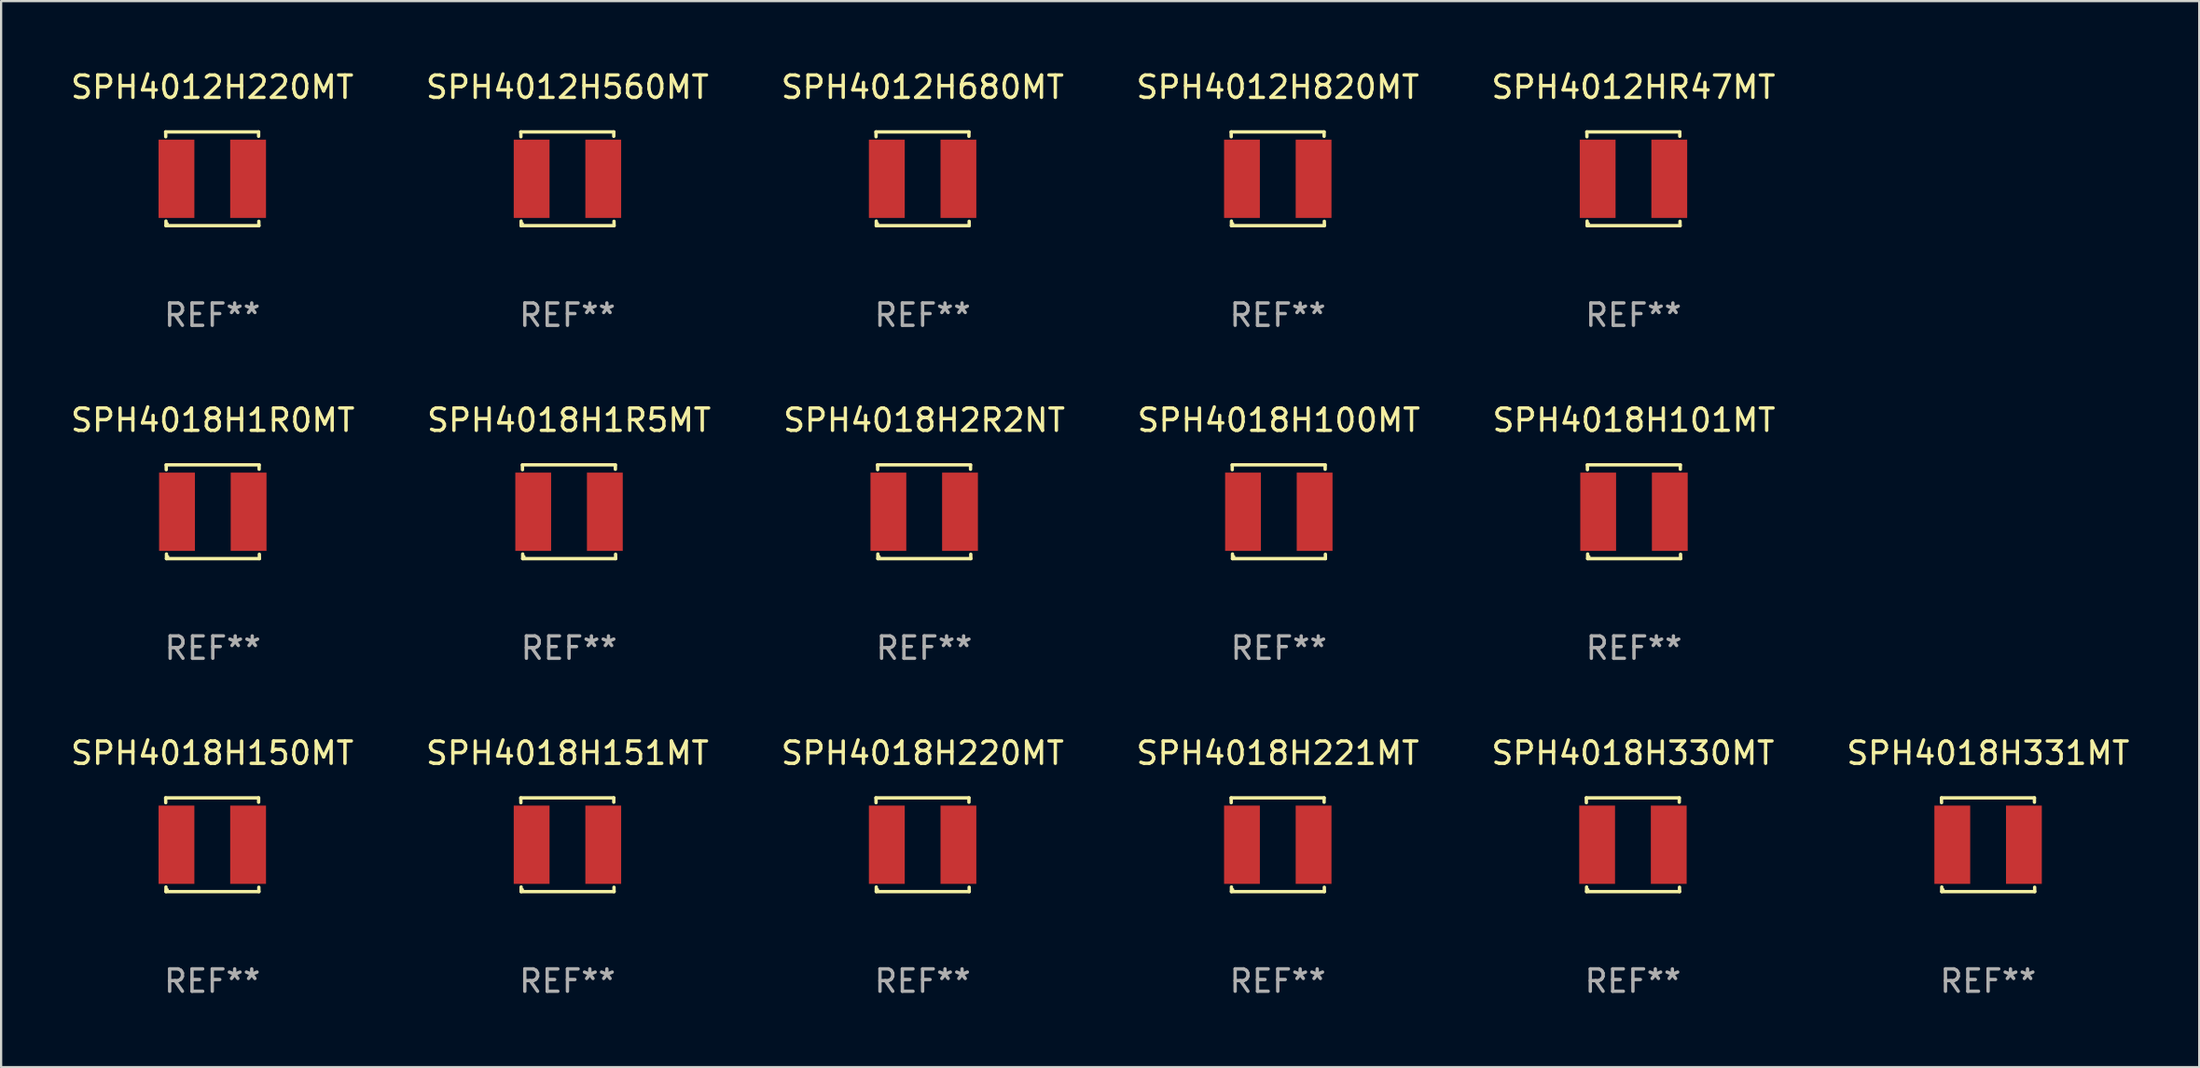
<source format=kicad_pcb>
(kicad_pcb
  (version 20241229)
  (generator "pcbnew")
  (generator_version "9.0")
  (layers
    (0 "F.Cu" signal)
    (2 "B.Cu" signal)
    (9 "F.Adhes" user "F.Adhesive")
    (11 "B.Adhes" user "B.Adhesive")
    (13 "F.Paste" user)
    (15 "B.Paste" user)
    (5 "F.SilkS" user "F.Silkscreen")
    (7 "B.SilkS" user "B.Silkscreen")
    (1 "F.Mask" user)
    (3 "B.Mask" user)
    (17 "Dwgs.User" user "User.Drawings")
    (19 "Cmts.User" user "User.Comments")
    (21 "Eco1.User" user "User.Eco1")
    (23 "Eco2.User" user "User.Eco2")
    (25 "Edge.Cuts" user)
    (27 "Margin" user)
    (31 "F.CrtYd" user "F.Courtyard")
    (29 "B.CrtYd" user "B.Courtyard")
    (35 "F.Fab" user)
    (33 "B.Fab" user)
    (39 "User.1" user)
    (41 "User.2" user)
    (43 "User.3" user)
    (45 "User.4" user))
  (footprint "SPH4012H820MT"
    (layer "F.Cu")
    (at 54.042 4.944)
    (property "Reference" "SPH4012H820MT" (at 0 -4.096 0) (layer "F.SilkS") (effects (font (size 1 1) (thickness 0.15))))
    (attr through_hole)
    (fp_line (start -2.083 -2.096) (end -2.08 -1.88) (stroke (width 0.15) (type solid)) (layer "F.SilkS"))
    (fp_line (start -2.07 1.89) (end -2.07 2.096) (stroke (width 0.15) (type solid)) (layer "F.SilkS"))
    (fp_line (start -2.07 2.096) (end 2.083 2.096) (stroke (width 0.15) (type solid)) (layer "F.SilkS"))
    (fp_line (start 2.07 -1.9) (end 2.07 -2.096) (stroke (width 0.15) (type solid)) (layer "F.SilkS"))
    (fp_line (start 2.07 -2.096) (end -2.083 -2.096) (stroke (width 0.15) (type solid)) (layer "F.SilkS"))
    (fp_line (start 2.083 2.096) (end 2.08 1.9) (stroke (width 0.15) (type solid)) (layer "F.SilkS"))
    (fp_circle (center -2 2) (end -1.97 2) (stroke (width 0.06) (type solid)) (fill no) (layer "F.SilkS"))
    (fp_text user "REF**" (at 0 6.096 0) (layer "F.Fab") (effects (font (size 1 1) (thickness 0.15))))
    (pad "1" smd rect (at -1.6 -0.000343) (size 1.6 3.5) (layers "F.Cu" "F.Mask" "F.Paste"))
    (pad "2" smd rect (at 1.6 -0.000343) (size 1.6 3.5) (layers "F.Cu" "F.Mask" "F.Paste")))
  (footprint "SPH4012HR47MT"
    (layer "F.Cu")
    (at 69.935 4.944)
    (property "Reference" "SPH4012HR47MT" (at 0 -4.096 0) (layer "F.SilkS") (effects (font (size 1 1) (thickness 0.15))))
    (attr through_hole)
    (fp_line (start -2.083 -2.096) (end -2.08 -1.88) (stroke (width 0.15) (type solid)) (layer "F.SilkS"))
    (fp_line (start -2.07 1.89) (end -2.07 2.096) (stroke (width 0.15) (type solid)) (layer "F.SilkS"))
    (fp_line (start -2.07 2.096) (end 2.083 2.096) (stroke (width 0.15) (type solid)) (layer "F.SilkS"))
    (fp_line (start 2.07 -1.9) (end 2.07 -2.096) (stroke (width 0.15) (type solid)) (layer "F.SilkS"))
    (fp_line (start 2.07 -2.096) (end -2.083 -2.096) (stroke (width 0.15) (type solid)) (layer "F.SilkS"))
    (fp_line (start 2.083 2.096) (end 2.08 1.9) (stroke (width 0.15) (type solid)) (layer "F.SilkS"))
    (fp_circle (center -2 2) (end -1.97 2) (stroke (width 0.06) (type solid)) (fill no) (layer "F.SilkS"))
    (fp_text user "REF**" (at 0 6.096 0) (layer "F.Fab") (effects (font (size 1 1) (thickness 0.15))))
    (pad "1" smd rect (at -1.6 -0.000343) (size 1.6 3.5) (layers "F.Cu" "F.Mask" "F.Paste"))
    (pad "2" smd rect (at 1.6 -0.000343) (size 1.6 3.5) (layers "F.Cu" "F.Mask" "F.Paste")))
  (footprint "SPH4018H331MT"
    (layer "F.Cu")
    (at 85.78 34.72)
    (property "Reference" "SPH4018H331MT" (at 0 -4.096 0) (layer "F.SilkS") (effects (font (size 1 1) (thickness 0.15))))
    (attr through_hole)
    (fp_line (start -2.083 -2.096) (end -2.08 -1.88) (stroke (width 0.15) (type solid)) (layer "F.SilkS"))
    (fp_line (start -2.07 1.89) (end -2.07 2.096) (stroke (width 0.15) (type solid)) (layer "F.SilkS"))
    (fp_line (start -2.07 2.096) (end 2.083 2.096) (stroke (width 0.15) (type solid)) (layer "F.SilkS"))
    (fp_line (start 2.07 -1.9) (end 2.07 -2.096) (stroke (width 0.15) (type solid)) (layer "F.SilkS"))
    (fp_line (start 2.07 -2.096) (end -2.083 -2.096) (stroke (width 0.15) (type solid)) (layer "F.SilkS"))
    (fp_line (start 2.083 2.096) (end 2.08 1.9) (stroke (width 0.15) (type solid)) (layer "F.SilkS"))
    (fp_circle (center -2 2) (end -1.97 2) (stroke (width 0.06) (type solid)) (fill no) (layer "F.SilkS"))
    (fp_text user "REF**" (at 0 6.096 0) (layer "F.Fab") (effects (font (size 1 1) (thickness 0.15))))
    (pad "1" smd rect (at -1.6 -0.000343) (size 1.6 3.5) (layers "F.Cu" "F.Mask" "F.Paste"))
    (pad "2" smd rect (at 1.6 -0.000343) (size 1.6 3.5) (layers "F.Cu" "F.Mask" "F.Paste")))
  (footprint "SPH4012H220MT"
    (layer "F.Cu")
    (at 6.435 4.944)
    (property "Reference" "SPH4012H220MT" (at 0 -4.096 0) (layer "F.SilkS") (effects (font (size 1 1) (thickness 0.15))))
    (attr through_hole)
    (fp_line (start -2.083 -2.096) (end -2.08 -1.88) (stroke (width 0.15) (type solid)) (layer "F.SilkS"))
    (fp_line (start -2.07 1.89) (end -2.07 2.096) (stroke (width 0.15) (type solid)) (layer "F.SilkS"))
    (fp_line (start -2.07 2.096) (end 2.083 2.096) (stroke (width 0.15) (type solid)) (layer "F.SilkS"))
    (fp_line (start 2.07 -1.9) (end 2.07 -2.096) (stroke (width 0.15) (type solid)) (layer "F.SilkS"))
    (fp_line (start 2.07 -2.096) (end -2.083 -2.096) (stroke (width 0.15) (type solid)) (layer "F.SilkS"))
    (fp_line (start 2.083 2.096) (end 2.08 1.9) (stroke (width 0.15) (type solid)) (layer "F.SilkS"))
    (fp_circle (center -2 2) (end -1.97 2) (stroke (width 0.06) (type solid)) (fill no) (layer "F.SilkS"))
    (fp_text user "REF**" (at 0 6.096 0) (layer "F.Fab") (effects (font (size 1 1) (thickness 0.15))))
    (pad "1" smd rect (at -1.6 -0.000343) (size 1.6 3.5) (layers "F.Cu" "F.Mask" "F.Paste"))
    (pad "2" smd rect (at 1.6 -0.000343) (size 1.6 3.5) (layers "F.Cu" "F.Mask" "F.Paste")))
  (footprint "SPH4018H151MT"
    (layer "F.Cu")
    (at 22.304 34.72)
    (property "Reference" "SPH4018H151MT" (at 0 -4.096 0) (layer "F.SilkS") (effects (font (size 1 1) (thickness 0.15))))
    (attr through_hole)
    (fp_line (start -2.083 -2.096) (end -2.08 -1.88) (stroke (width 0.15) (type solid)) (layer "F.SilkS"))
    (fp_line (start -2.07 1.89) (end -2.07 2.096) (stroke (width 0.15) (type solid)) (layer "F.SilkS"))
    (fp_line (start -2.07 2.096) (end 2.083 2.096) (stroke (width 0.15) (type solid)) (layer "F.SilkS"))
    (fp_line (start 2.07 -1.9) (end 2.07 -2.096) (stroke (width 0.15) (type solid)) (layer "F.SilkS"))
    (fp_line (start 2.07 -2.096) (end -2.083 -2.096) (stroke (width 0.15) (type solid)) (layer "F.SilkS"))
    (fp_line (start 2.083 2.096) (end 2.08 1.9) (stroke (width 0.15) (type solid)) (layer "F.SilkS"))
    (fp_circle (center -2 2) (end -1.97 2) (stroke (width 0.06) (type solid)) (fill no) (layer "F.SilkS"))
    (fp_text user "REF**" (at 0 6.096 0) (layer "F.Fab") (effects (font (size 1 1) (thickness 0.15))))
    (pad "1" smd rect (at -1.6 -0.000343) (size 1.6 3.5) (layers "F.Cu" "F.Mask" "F.Paste"))
    (pad "2" smd rect (at 1.6 -0.000343) (size 1.6 3.5) (layers "F.Cu" "F.Mask" "F.Paste")))
  (footprint "SPH4012H560MT"
    (layer "F.Cu")
    (at 22.304 4.944)
    (property "Reference" "SPH4012H560MT" (at 0 -4.096 0) (layer "F.SilkS") (effects (font (size 1 1) (thickness 0.15))))
    (attr through_hole)
    (fp_line (start -2.083 -2.096) (end -2.08 -1.88) (stroke (width 0.15) (type solid)) (layer "F.SilkS"))
    (fp_line (start -2.07 1.89) (end -2.07 2.096) (stroke (width 0.15) (type solid)) (layer "F.SilkS"))
    (fp_line (start -2.07 2.096) (end 2.083 2.096) (stroke (width 0.15) (type solid)) (layer "F.SilkS"))
    (fp_line (start 2.07 -1.9) (end 2.07 -2.096) (stroke (width 0.15) (type solid)) (layer "F.SilkS"))
    (fp_line (start 2.07 -2.096) (end -2.083 -2.096) (stroke (width 0.15) (type solid)) (layer "F.SilkS"))
    (fp_line (start 2.083 2.096) (end 2.08 1.9) (stroke (width 0.15) (type solid)) (layer "F.SilkS"))
    (fp_circle (center -2 2) (end -1.97 2) (stroke (width 0.06) (type solid)) (fill no) (layer "F.SilkS"))
    (fp_text user "REF**" (at 0 6.096 0) (layer "F.Fab") (effects (font (size 1 1) (thickness 0.15))))
    (pad "1" smd rect (at -1.6 -0.000343) (size 1.6 3.5) (layers "F.Cu" "F.Mask" "F.Paste"))
    (pad "2" smd rect (at 1.6 -0.000343) (size 1.6 3.5) (layers "F.Cu" "F.Mask" "F.Paste")))
  (footprint "SPH4018H2R2NT"
    (layer "F.Cu")
    (at 38.244 19.832)
    (property "Reference" "SPH4018H2R2NT" (at 0 -4.096 0) (layer "F.SilkS") (effects (font (size 1 1) (thickness 0.15))))
    (attr through_hole)
    (fp_line (start -2.083 -2.096) (end -2.08 -1.88) (stroke (width 0.15) (type solid)) (layer "F.SilkS"))
    (fp_line (start -2.07 1.89) (end -2.07 2.096) (stroke (width 0.15) (type solid)) (layer "F.SilkS"))
    (fp_line (start -2.07 2.096) (end 2.083 2.096) (stroke (width 0.15) (type solid)) (layer "F.SilkS"))
    (fp_line (start 2.07 -1.9) (end 2.07 -2.096) (stroke (width 0.15) (type solid)) (layer "F.SilkS"))
    (fp_line (start 2.07 -2.096) (end -2.083 -2.096) (stroke (width 0.15) (type solid)) (layer "F.SilkS"))
    (fp_line (start 2.083 2.096) (end 2.08 1.9) (stroke (width 0.15) (type solid)) (layer "F.SilkS"))
    (fp_circle (center -2 2) (end -1.97 2) (stroke (width 0.06) (type solid)) (fill no) (layer "F.SilkS"))
    (fp_text user "REF**" (at 0 6.096 0) (layer "F.Fab") (effects (font (size 1 1) (thickness 0.15))))
    (pad "1" smd rect (at -1.6 -0.000343) (size 1.6 3.5) (layers "F.Cu" "F.Mask" "F.Paste"))
    (pad "2" smd rect (at 1.6 -0.000343) (size 1.6 3.5) (layers "F.Cu" "F.Mask" "F.Paste")))
  (footprint "SPH4018H330MT"
    (layer "F.Cu")
    (at 69.911 34.72)
    (property "Reference" "SPH4018H330MT" (at 0 -4.096 0) (layer "F.SilkS") (effects (font (size 1 1) (thickness 0.15))))
    (attr through_hole)
    (fp_line (start -2.083 -2.096) (end -2.08 -1.88) (stroke (width 0.15) (type solid)) (layer "F.SilkS"))
    (fp_line (start -2.07 1.89) (end -2.07 2.096) (stroke (width 0.15) (type solid)) (layer "F.SilkS"))
    (fp_line (start -2.07 2.096) (end 2.083 2.096) (stroke (width 0.15) (type solid)) (layer "F.SilkS"))
    (fp_line (start 2.07 -1.9) (end 2.07 -2.096) (stroke (width 0.15) (type solid)) (layer "F.SilkS"))
    (fp_line (start 2.07 -2.096) (end -2.083 -2.096) (stroke (width 0.15) (type solid)) (layer "F.SilkS"))
    (fp_line (start 2.083 2.096) (end 2.08 1.9) (stroke (width 0.15) (type solid)) (layer "F.SilkS"))
    (fp_circle (center -2 2) (end -1.97 2) (stroke (width 0.06) (type solid)) (fill no) (layer "F.SilkS"))
    (fp_text user "REF**" (at 0 6.096 0) (layer "F.Fab") (effects (font (size 1 1) (thickness 0.15))))
    (pad "1" smd rect (at -1.6 -0.000343) (size 1.6 3.5) (layers "F.Cu" "F.Mask" "F.Paste"))
    (pad "2" smd rect (at 1.6 -0.000343) (size 1.6 3.5) (layers "F.Cu" "F.Mask" "F.Paste")))
  (footprint "SPH4018H100MT"
    (layer "F.Cu")
    (at 54.089 19.832)
    (property "Reference" "SPH4018H100MT" (at 0 -4.096 0) (layer "F.SilkS") (effects (font (size 1 1) (thickness 0.15))))
    (attr through_hole)
    (fp_line (start -2.083 -2.096) (end -2.08 -1.88) (stroke (width 0.15) (type solid)) (layer "F.SilkS"))
    (fp_line (start -2.07 1.89) (end -2.07 2.096) (stroke (width 0.15) (type solid)) (layer "F.SilkS"))
    (fp_line (start -2.07 2.096) (end 2.083 2.096) (stroke (width 0.15) (type solid)) (layer "F.SilkS"))
    (fp_line (start 2.07 -1.9) (end 2.07 -2.096) (stroke (width 0.15) (type solid)) (layer "F.SilkS"))
    (fp_line (start 2.07 -2.096) (end -2.083 -2.096) (stroke (width 0.15) (type solid)) (layer "F.SilkS"))
    (fp_line (start 2.083 2.096) (end 2.08 1.9) (stroke (width 0.15) (type solid)) (layer "F.SilkS"))
    (fp_circle (center -2 2) (end -1.97 2) (stroke (width 0.06) (type solid)) (fill no) (layer "F.SilkS"))
    (fp_text user "REF**" (at 0 6.096 0) (layer "F.Fab") (effects (font (size 1 1) (thickness 0.15))))
    (pad "1" smd rect (at -1.6 -0.000343) (size 1.6 3.5) (layers "F.Cu" "F.Mask" "F.Paste"))
    (pad "2" smd rect (at 1.6 -0.000343) (size 1.6 3.5) (layers "F.Cu" "F.Mask" "F.Paste")))
  (footprint "SPH4018H221MT"
    (layer "F.Cu")
    (at 54.042 34.72)
    (property "Reference" "SPH4018H221MT" (at 0 -4.096 0) (layer "F.SilkS") (effects (font (size 1 1) (thickness 0.15))))
    (attr through_hole)
    (fp_line (start -2.083 -2.096) (end -2.08 -1.88) (stroke (width 0.15) (type solid)) (layer "F.SilkS"))
    (fp_line (start -2.07 1.89) (end -2.07 2.096) (stroke (width 0.15) (type solid)) (layer "F.SilkS"))
    (fp_line (start -2.07 2.096) (end 2.083 2.096) (stroke (width 0.15) (type solid)) (layer "F.SilkS"))
    (fp_line (start 2.07 -1.9) (end 2.07 -2.096) (stroke (width 0.15) (type solid)) (layer "F.SilkS"))
    (fp_line (start 2.07 -2.096) (end -2.083 -2.096) (stroke (width 0.15) (type solid)) (layer "F.SilkS"))
    (fp_line (start 2.083 2.096) (end 2.08 1.9) (stroke (width 0.15) (type solid)) (layer "F.SilkS"))
    (fp_circle (center -2 2) (end -1.97 2) (stroke (width 0.06) (type solid)) (fill no) (layer "F.SilkS"))
    (fp_text user "REF**" (at 0 6.096 0) (layer "F.Fab") (effects (font (size 1 1) (thickness 0.15))))
    (pad "1" smd rect (at -1.6 -0.000343) (size 1.6 3.5) (layers "F.Cu" "F.Mask" "F.Paste"))
    (pad "2" smd rect (at 1.6 -0.000343) (size 1.6 3.5) (layers "F.Cu" "F.Mask" "F.Paste")))
  (footprint "SPH4012H680MT"
    (layer "F.Cu")
    (at 38.173 4.944)
    (property "Reference" "SPH4012H680MT" (at 0 -4.096 0) (layer "F.SilkS") (effects (font (size 1 1) (thickness 0.15))))
    (attr through_hole)
    (fp_line (start -2.083 -2.096) (end -2.08 -1.88) (stroke (width 0.15) (type solid)) (layer "F.SilkS"))
    (fp_line (start -2.07 1.89) (end -2.07 2.096) (stroke (width 0.15) (type solid)) (layer "F.SilkS"))
    (fp_line (start -2.07 2.096) (end 2.083 2.096) (stroke (width 0.15) (type solid)) (layer "F.SilkS"))
    (fp_line (start 2.07 -1.9) (end 2.07 -2.096) (stroke (width 0.15) (type solid)) (layer "F.SilkS"))
    (fp_line (start 2.07 -2.096) (end -2.083 -2.096) (stroke (width 0.15) (type solid)) (layer "F.SilkS"))
    (fp_line (start 2.083 2.096) (end 2.08 1.9) (stroke (width 0.15) (type solid)) (layer "F.SilkS"))
    (fp_circle (center -2 2) (end -1.97 2) (stroke (width 0.06) (type solid)) (fill no) (layer "F.SilkS"))
    (fp_text user "REF**" (at 0 6.096 0) (layer "F.Fab") (effects (font (size 1 1) (thickness 0.15))))
    (pad "1" smd rect (at -1.6 -0.000343) (size 1.6 3.5) (layers "F.Cu" "F.Mask" "F.Paste"))
    (pad "2" smd rect (at 1.6 -0.000343) (size 1.6 3.5) (layers "F.Cu" "F.Mask" "F.Paste")))
  (footprint "SPH4018H1R5MT"
    (layer "F.Cu")
    (at 22.375 19.832)
    (property "Reference" "SPH4018H1R5MT" (at 0 -4.096 0) (layer "F.SilkS") (effects (font (size 1 1) (thickness 0.15))))
    (attr through_hole)
    (fp_line (start -2.083 -2.096) (end -2.08 -1.88) (stroke (width 0.15) (type solid)) (layer "F.SilkS"))
    (fp_line (start -2.07 1.89) (end -2.07 2.096) (stroke (width 0.15) (type solid)) (layer "F.SilkS"))
    (fp_line (start -2.07 2.096) (end 2.083 2.096) (stroke (width 0.15) (type solid)) (layer "F.SilkS"))
    (fp_line (start 2.07 -1.9) (end 2.07 -2.096) (stroke (width 0.15) (type solid)) (layer "F.SilkS"))
    (fp_line (start 2.07 -2.096) (end -2.083 -2.096) (stroke (width 0.15) (type solid)) (layer "F.SilkS"))
    (fp_line (start 2.083 2.096) (end 2.08 1.9) (stroke (width 0.15) (type solid)) (layer "F.SilkS"))
    (fp_circle (center -2 2) (end -1.97 2) (stroke (width 0.06) (type solid)) (fill no) (layer "F.SilkS"))
    (fp_text user "REF**" (at 0 6.096 0) (layer "F.Fab") (effects (font (size 1 1) (thickness 0.15))))
    (pad "1" smd rect (at -1.6 -0.000343) (size 1.6 3.5) (layers "F.Cu" "F.Mask" "F.Paste"))
    (pad "2" smd rect (at 1.6 -0.000343) (size 1.6 3.5) (layers "F.Cu" "F.Mask" "F.Paste")))
  (footprint "SPH4018H150MT"
    (layer "F.Cu")
    (at 6.435 34.72)
    (property "Reference" "SPH4018H150MT" (at 0 -4.096 0) (layer "F.SilkS") (effects (font (size 1 1) (thickness 0.15))))
    (attr through_hole)
    (fp_line (start -2.083 -2.096) (end -2.08 -1.88) (stroke (width 0.15) (type solid)) (layer "F.SilkS"))
    (fp_line (start -2.07 1.89) (end -2.07 2.096) (stroke (width 0.15) (type solid)) (layer "F.SilkS"))
    (fp_line (start -2.07 2.096) (end 2.083 2.096) (stroke (width 0.15) (type solid)) (layer "F.SilkS"))
    (fp_line (start 2.07 -1.9) (end 2.07 -2.096) (stroke (width 0.15) (type solid)) (layer "F.SilkS"))
    (fp_line (start 2.07 -2.096) (end -2.083 -2.096) (stroke (width 0.15) (type solid)) (layer "F.SilkS"))
    (fp_line (start 2.083 2.096) (end 2.08 1.9) (stroke (width 0.15) (type solid)) (layer "F.SilkS"))
    (fp_circle (center -2 2) (end -1.97 2) (stroke (width 0.06) (type solid)) (fill no) (layer "F.SilkS"))
    (fp_text user "REF**" (at 0 6.096 0) (layer "F.Fab") (effects (font (size 1 1) (thickness 0.15))))
    (pad "1" smd rect (at -1.6 -0.000343) (size 1.6 3.5) (layers "F.Cu" "F.Mask" "F.Paste"))
    (pad "2" smd rect (at 1.6 -0.000343) (size 1.6 3.5) (layers "F.Cu" "F.Mask" "F.Paste")))
  (footprint "SPH4018H220MT"
    (layer "F.Cu")
    (at 38.173 34.72)
    (property "Reference" "SPH4018H220MT" (at 0 -4.096 0) (layer "F.SilkS") (effects (font (size 1 1) (thickness 0.15))))
    (attr through_hole)
    (fp_line (start -2.083 -2.096) (end -2.08 -1.88) (stroke (width 0.15) (type solid)) (layer "F.SilkS"))
    (fp_line (start -2.07 1.89) (end -2.07 2.096) (stroke (width 0.15) (type solid)) (layer "F.SilkS"))
    (fp_line (start -2.07 2.096) (end 2.083 2.096) (stroke (width 0.15) (type solid)) (layer "F.SilkS"))
    (fp_line (start 2.07 -1.9) (end 2.07 -2.096) (stroke (width 0.15) (type solid)) (layer "F.SilkS"))
    (fp_line (start 2.07 -2.096) (end -2.083 -2.096) (stroke (width 0.15) (type solid)) (layer "F.SilkS"))
    (fp_line (start 2.083 2.096) (end 2.08 1.9) (stroke (width 0.15) (type solid)) (layer "F.SilkS"))
    (fp_circle (center -2 2) (end -1.97 2) (stroke (width 0.06) (type solid)) (fill no) (layer "F.SilkS"))
    (fp_text user "REF**" (at 0 6.096 0) (layer "F.Fab") (effects (font (size 1 1) (thickness 0.15))))
    (pad "1" smd rect (at -1.6 -0.000343) (size 1.6 3.5) (layers "F.Cu" "F.Mask" "F.Paste"))
    (pad "2" smd rect (at 1.6 -0.000343) (size 1.6 3.5) (layers "F.Cu" "F.Mask" "F.Paste")))
  (footprint "SPH4018H101MT"
    (layer "F.Cu")
    (at 69.958 19.832)
    (property "Reference" "SPH4018H101MT" (at 0 -4.096 0) (layer "F.SilkS") (effects (font (size 1 1) (thickness 0.15))))
    (attr through_hole)
    (fp_line (start -2.083 -2.096) (end -2.08 -1.88) (stroke (width 0.15) (type solid)) (layer "F.SilkS"))
    (fp_line (start -2.07 1.89) (end -2.07 2.096) (stroke (width 0.15) (type solid)) (layer "F.SilkS"))
    (fp_line (start -2.07 2.096) (end 2.083 2.096) (stroke (width 0.15) (type solid)) (layer "F.SilkS"))
    (fp_line (start 2.07 -1.9) (end 2.07 -2.096) (stroke (width 0.15) (type solid)) (layer "F.SilkS"))
    (fp_line (start 2.07 -2.096) (end -2.083 -2.096) (stroke (width 0.15) (type solid)) (layer "F.SilkS"))
    (fp_line (start 2.083 2.096) (end 2.08 1.9) (stroke (width 0.15) (type solid)) (layer "F.SilkS"))
    (fp_circle (center -2 2) (end -1.97 2) (stroke (width 0.06) (type solid)) (fill no) (layer "F.SilkS"))
    (fp_text user "REF**" (at 0 6.096 0) (layer "F.Fab") (effects (font (size 1 1) (thickness 0.15))))
    (pad "1" smd rect (at -1.6 -0.000343) (size 1.6 3.5) (layers "F.Cu" "F.Mask" "F.Paste"))
    (pad "2" smd rect (at 1.6 -0.000343) (size 1.6 3.5) (layers "F.Cu" "F.Mask" "F.Paste")))
  (footprint "SPH4018H1R0MT"
    (layer "F.Cu")
    (at 6.458 19.832)
    (property "Reference" "SPH4018H1R0MT" (at 0 -4.096 0) (layer "F.SilkS") (effects (font (size 1 1) (thickness 0.15))))
    (attr through_hole)
    (fp_line (start -2.083 -2.096) (end -2.08 -1.88) (stroke (width 0.15) (type solid)) (layer "F.SilkS"))
    (fp_line (start -2.07 1.89) (end -2.07 2.096) (stroke (width 0.15) (type solid)) (layer "F.SilkS"))
    (fp_line (start -2.07 2.096) (end 2.083 2.096) (stroke (width 0.15) (type solid)) (layer "F.SilkS"))
    (fp_line (start 2.07 -1.9) (end 2.07 -2.096) (stroke (width 0.15) (type solid)) (layer "F.SilkS"))
    (fp_line (start 2.07 -2.096) (end -2.083 -2.096) (stroke (width 0.15) (type solid)) (layer "F.SilkS"))
    (fp_line (start 2.083 2.096) (end 2.08 1.9) (stroke (width 0.15) (type solid)) (layer "F.SilkS"))
    (fp_circle (center -2 2) (end -1.97 2) (stroke (width 0.06) (type solid)) (fill no) (layer "F.SilkS"))
    (fp_text user "REF**" (at 0 6.096 0) (layer "F.Fab") (effects (font (size 1 1) (thickness 0.15))))
    (pad "1" smd rect (at -1.6 -0.000343) (size 1.6 3.5) (layers "F.Cu" "F.Mask" "F.Paste"))
    (pad "2" smd rect (at 1.6 -0.000343) (size 1.6 3.5) (layers "F.Cu" "F.Mask" "F.Paste")))
  (gr_rect
    (start -3 -3)
    (end 95.214 44.665)
    (stroke (width 0.1) (type default))
    (fill no)
    (layer "Edge.Cuts")))
</source>
